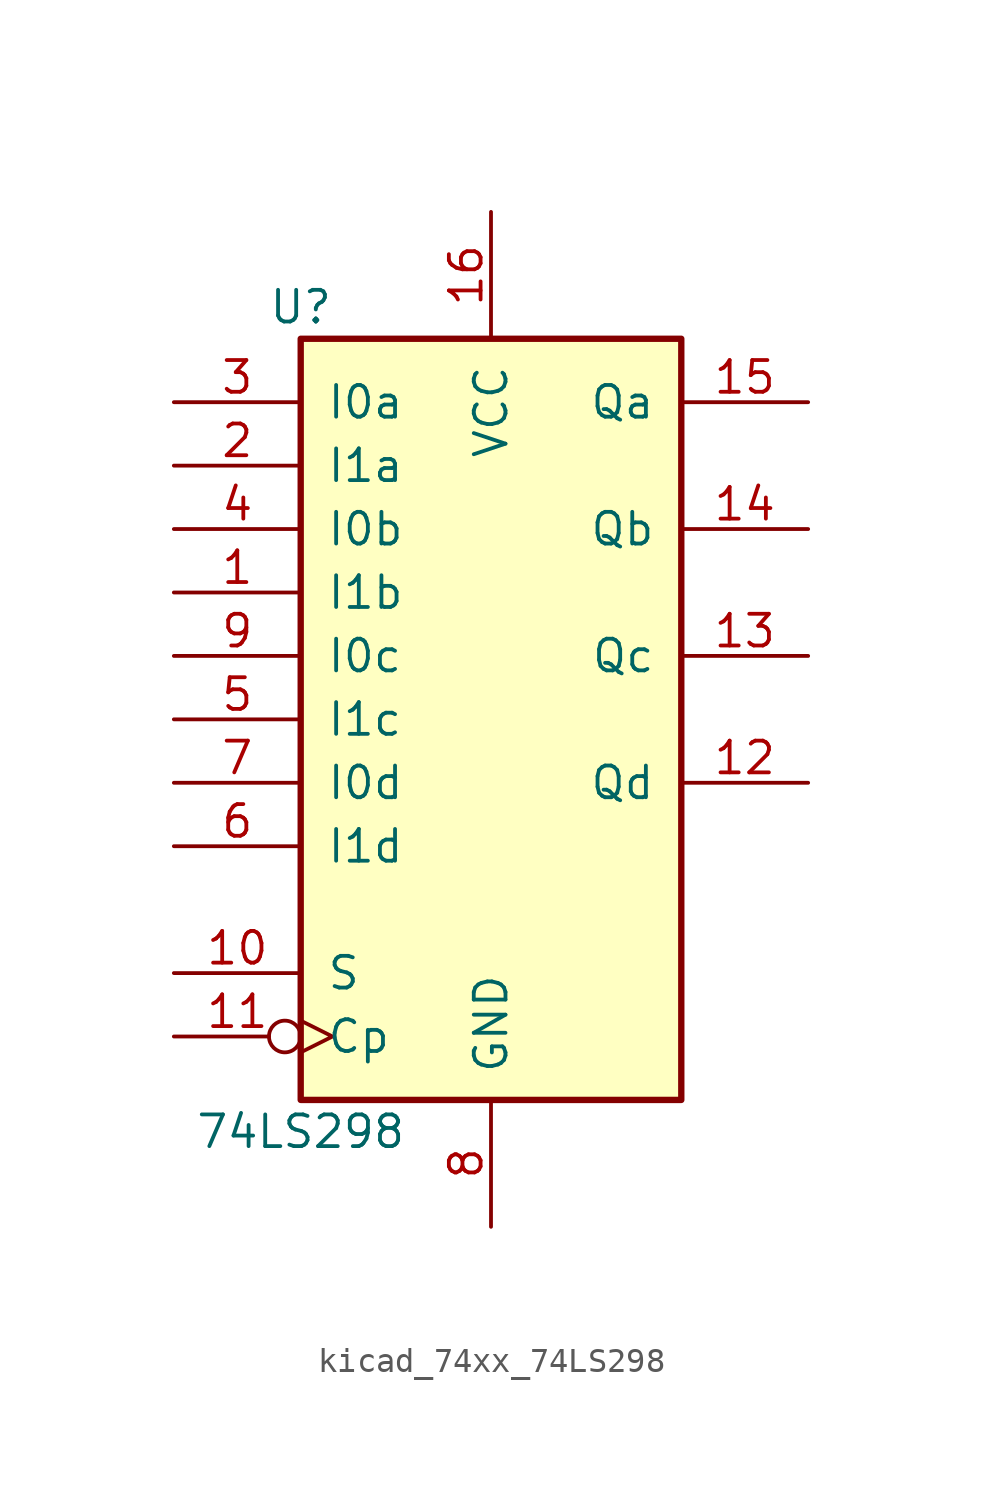
<source format=kicad_sym>
(kicad_symbol_lib
  (version 20220914)
  (generator kicad_symbol_editor)
  (symbol "kicad_74xx_74LS298"
    (pin_names
      (offset 1.016))
    (property "Reference" "U"
      (at -7.62 16.51 0)
      (effects (font (size 1.27 1.27))))
    (property "Value" "74LS298"
      (at -7.62 -16.51 0)
      (effects (font (size 1.27 1.27))))
    (property "ki_locked" ""
      (at 0 0 0)
      (effects (font (size 1.27 1.27))))
    (symbol "kicad_74xx_74LS298_1_0"
      (pin input line (at -12.7 5.08 0) (length 5.08) (name "I1b" (effects (font (size 1.27 1.27)))) (number "1" (effects (font (size 1.27 1.27)))))
      (pin input line (at -12.7 -10.16 0) (length 5.08) (name "S" (effects (font (size 1.27 1.27)))) (number "10" (effects (font (size 1.27 1.27)))))
      (pin input inverted_clock (at -12.7 -12.7 0) (length 5.08) (name "Cp" (effects (font (size 1.27 1.27)))) (number "11" (effects (font (size 1.27 1.27)))))
      (pin output line (at 12.7 -2.54 180) (length 5.08) (name "Qd" (effects (font (size 1.27 1.27)))) (number "12" (effects (font (size 1.27 1.27)))))
      (pin output line (at 12.7 2.54 180) (length 5.08) (name "Qc" (effects (font (size 1.27 1.27)))) (number "13" (effects (font (size 1.27 1.27)))))
      (pin output line (at 12.7 7.62 180) (length 5.08) (name "Qb" (effects (font (size 1.27 1.27)))) (number "14" (effects (font (size 1.27 1.27)))))
      (pin output line (at 12.7 12.7 180) (length 5.08) (name "Qa" (effects (font (size 1.27 1.27)))) (number "15" (effects (font (size 1.27 1.27)))))
      (pin power_in line (at 0 20.32 270) (length 5.08) (name "VCC" (effects (font (size 1.27 1.27)))) (number "16" (effects (font (size 1.27 1.27)))))
      (pin input line (at -12.7 10.16 0) (length 5.08) (name "I1a" (effects (font (size 1.27 1.27)))) (number "2" (effects (font (size 1.27 1.27)))))
      (pin input line (at -12.7 12.7 0) (length 5.08) (name "I0a" (effects (font (size 1.27 1.27)))) (number "3" (effects (font (size 1.27 1.27)))))
      (pin input line (at -12.7 7.62 0) (length 5.08) (name "I0b" (effects (font (size 1.27 1.27)))) (number "4" (effects (font (size 1.27 1.27)))))
      (pin input line (at -12.7 0 0) (length 5.08) (name "I1c" (effects (font (size 1.27 1.27)))) (number "5" (effects (font (size 1.27 1.27)))))
      (pin input line (at -12.7 -5.08 0) (length 5.08) (name "I1d" (effects (font (size 1.27 1.27)))) (number "6" (effects (font (size 1.27 1.27)))))
      (pin input line (at -12.7 -2.54 0) (length 5.08) (name "I0d" (effects (font (size 1.27 1.27)))) (number "7" (effects (font (size 1.27 1.27)))))
      (pin power_in line (at 0 -20.32 90) (length 5.08) (name "GND" (effects (font (size 1.27 1.27)))) (number "8" (effects (font (size 1.27 1.27)))))
      (pin input line (at -12.7 2.54 0) (length 5.08) (name "I0c" (effects (font (size 1.27 1.27)))) (number "9" (effects (font (size 1.27 1.27))))))
    (symbol "kicad_74xx_74LS298_1_1"
      (rectangle (start -7.62 15.24) (end 7.62 -15.24) (stroke (width 0.254) (type default)) (fill (type background))))))
</source>
